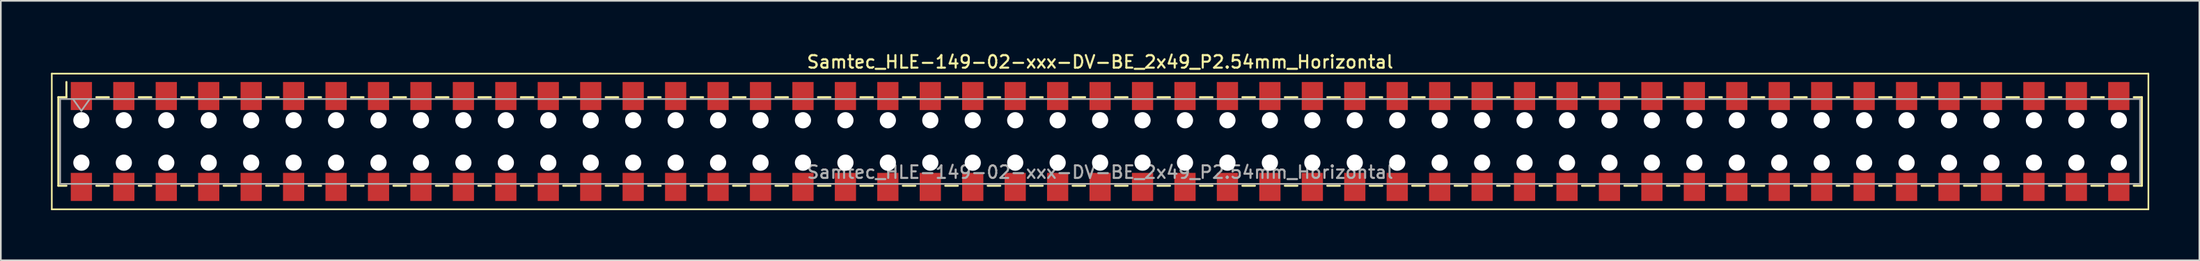
<source format=kicad_pcb>
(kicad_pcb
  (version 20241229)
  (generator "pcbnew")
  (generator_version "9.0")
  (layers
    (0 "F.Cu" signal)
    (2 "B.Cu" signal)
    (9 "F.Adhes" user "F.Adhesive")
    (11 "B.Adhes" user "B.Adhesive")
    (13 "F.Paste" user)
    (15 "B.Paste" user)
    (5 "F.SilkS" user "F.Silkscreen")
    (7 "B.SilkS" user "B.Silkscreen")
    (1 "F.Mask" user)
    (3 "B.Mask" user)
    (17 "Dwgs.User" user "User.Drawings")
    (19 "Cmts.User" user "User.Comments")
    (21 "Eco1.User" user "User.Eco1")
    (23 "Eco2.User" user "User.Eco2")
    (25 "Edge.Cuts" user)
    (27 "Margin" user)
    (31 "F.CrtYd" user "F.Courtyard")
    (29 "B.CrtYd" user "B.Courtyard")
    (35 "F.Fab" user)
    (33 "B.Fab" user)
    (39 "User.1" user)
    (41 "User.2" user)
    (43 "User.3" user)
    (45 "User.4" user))
  (footprint "Samtec_HLE-149-02-xxx-DV-BE_2x49_P2.54mm_Horizontal"
    (layer "F.Cu")
    (at 62.78 5.418)
    (property "Reference" "Samtec_HLE-149-02-xxx-DV-BE_2x49_P2.54mm_Horizontal" (at 0 -4.76 0) (layer "F.SilkS") (effects (font (size 0.75 0.75) (thickness 0.125))))
    (attr smd)
    (fp_line (start -62.73 -4.06) (end 62.73 -4.06) (stroke (width 0.1) (type solid)) (layer "F.SilkS"))
    (fp_line (start -62.73 4.06) (end -62.73 -4.06) (stroke (width 0.1) (type solid)) (layer "F.SilkS"))
    (fp_line (start -62.34 -2.65) (end -62.34 2.65) (stroke (width 0.12) (type solid)) (layer "F.SilkS"))
    (fp_line (start -62.34 2.65) (end -61.855 2.65) (stroke (width 0.12) (type solid)) (layer "F.SilkS"))
    (fp_line (start -61.855 -3.56) (end -61.855 -2.65) (stroke (width 0.12) (type solid)) (layer "F.SilkS"))
    (fp_line (start -61.855 -2.65) (end -62.34 -2.65) (stroke (width 0.12) (type solid)) (layer "F.SilkS"))
    (fp_line (start -60.065 -2.65) (end -59.315 -2.65) (stroke (width 0.12) (type solid)) (layer "F.SilkS"))
    (fp_line (start -60.065 2.65) (end -59.315 2.65) (stroke (width 0.12) (type solid)) (layer "F.SilkS"))
    (fp_line (start -57.525 -2.65) (end -56.775 -2.65) (stroke (width 0.12) (type solid)) (layer "F.SilkS"))
    (fp_line (start -57.525 2.65) (end -56.775 2.65) (stroke (width 0.12) (type solid)) (layer "F.SilkS"))
    (fp_line (start -54.985 -2.65) (end -54.235 -2.65) (stroke (width 0.12) (type solid)) (layer "F.SilkS"))
    (fp_line (start -54.985 2.65) (end -54.235 2.65) (stroke (width 0.12) (type solid)) (layer "F.SilkS"))
    (fp_line (start -52.445 -2.65) (end -51.695 -2.65) (stroke (width 0.12) (type solid)) (layer "F.SilkS"))
    (fp_line (start -52.445 2.65) (end -51.695 2.65) (stroke (width 0.12) (type solid)) (layer "F.SilkS"))
    (fp_line (start -49.905 -2.65) (end -49.155 -2.65) (stroke (width 0.12) (type solid)) (layer "F.SilkS"))
    (fp_line (start -49.905 2.65) (end -49.155 2.65) (stroke (width 0.12) (type solid)) (layer "F.SilkS"))
    (fp_line (start -47.365 -2.65) (end -46.615 -2.65) (stroke (width 0.12) (type solid)) (layer "F.SilkS"))
    (fp_line (start -47.365 2.65) (end -46.615 2.65) (stroke (width 0.12) (type solid)) (layer "F.SilkS"))
    (fp_line (start -44.825 -2.65) (end -44.075 -2.65) (stroke (width 0.12) (type solid)) (layer "F.SilkS"))
    (fp_line (start -44.825 2.65) (end -44.075 2.65) (stroke (width 0.12) (type solid)) (layer "F.SilkS"))
    (fp_line (start -42.285 -2.65) (end -41.535 -2.65) (stroke (width 0.12) (type solid)) (layer "F.SilkS"))
    (fp_line (start -42.285 2.65) (end -41.535 2.65) (stroke (width 0.12) (type solid)) (layer "F.SilkS"))
    (fp_line (start -39.745 -2.65) (end -38.995 -2.65) (stroke (width 0.12) (type solid)) (layer "F.SilkS"))
    (fp_line (start -39.745 2.65) (end -38.995 2.65) (stroke (width 0.12) (type solid)) (layer "F.SilkS"))
    (fp_line (start -37.205 -2.65) (end -36.455 -2.65) (stroke (width 0.12) (type solid)) (layer "F.SilkS"))
    (fp_line (start -37.205 2.65) (end -36.455 2.65) (stroke (width 0.12) (type solid)) (layer "F.SilkS"))
    (fp_line (start -34.665 -2.65) (end -33.915 -2.65) (stroke (width 0.12) (type solid)) (layer "F.SilkS"))
    (fp_line (start -34.665 2.65) (end -33.915 2.65) (stroke (width 0.12) (type solid)) (layer "F.SilkS"))
    (fp_line (start -32.125 -2.65) (end -31.375 -2.65) (stroke (width 0.12) (type solid)) (layer "F.SilkS"))
    (fp_line (start -32.125 2.65) (end -31.375 2.65) (stroke (width 0.12) (type solid)) (layer "F.SilkS"))
    (fp_line (start -29.585 -2.65) (end -28.835 -2.65) (stroke (width 0.12) (type solid)) (layer "F.SilkS"))
    (fp_line (start -29.585 2.65) (end -28.835 2.65) (stroke (width 0.12) (type solid)) (layer "F.SilkS"))
    (fp_line (start -27.045 -2.65) (end -26.295 -2.65) (stroke (width 0.12) (type solid)) (layer "F.SilkS"))
    (fp_line (start -27.045 2.65) (end -26.295 2.65) (stroke (width 0.12) (type solid)) (layer "F.SilkS"))
    (fp_line (start -24.505 -2.65) (end -23.755 -2.65) (stroke (width 0.12) (type solid)) (layer "F.SilkS"))
    (fp_line (start -24.505 2.65) (end -23.755 2.65) (stroke (width 0.12) (type solid)) (layer "F.SilkS"))
    (fp_line (start -21.965 -2.65) (end -21.215 -2.65) (stroke (width 0.12) (type solid)) (layer "F.SilkS"))
    (fp_line (start -21.965 2.65) (end -21.215 2.65) (stroke (width 0.12) (type solid)) (layer "F.SilkS"))
    (fp_line (start -19.425 -2.65) (end -18.675 -2.65) (stroke (width 0.12) (type solid)) (layer "F.SilkS"))
    (fp_line (start -19.425 2.65) (end -18.675 2.65) (stroke (width 0.12) (type solid)) (layer "F.SilkS"))
    (fp_line (start -16.885 -2.65) (end -16.135 -2.65) (stroke (width 0.12) (type solid)) (layer "F.SilkS"))
    (fp_line (start -16.885 2.65) (end -16.135 2.65) (stroke (width 0.12) (type solid)) (layer "F.SilkS"))
    (fp_line (start -14.345 -2.65) (end -13.595 -2.65) (stroke (width 0.12) (type solid)) (layer "F.SilkS"))
    (fp_line (start -14.345 2.65) (end -13.595 2.65) (stroke (width 0.12) (type solid)) (layer "F.SilkS"))
    (fp_line (start -11.805 -2.65) (end -11.055 -2.65) (stroke (width 0.12) (type solid)) (layer "F.SilkS"))
    (fp_line (start -11.805 2.65) (end -11.055 2.65) (stroke (width 0.12) (type solid)) (layer "F.SilkS"))
    (fp_line (start -9.265 -2.65) (end -8.515 -2.65) (stroke (width 0.12) (type solid)) (layer "F.SilkS"))
    (fp_line (start -9.265 2.65) (end -8.515 2.65) (stroke (width 0.12) (type solid)) (layer "F.SilkS"))
    (fp_line (start -6.725 -2.65) (end -5.975 -2.65) (stroke (width 0.12) (type solid)) (layer "F.SilkS"))
    (fp_line (start -6.725 2.65) (end -5.975 2.65) (stroke (width 0.12) (type solid)) (layer "F.SilkS"))
    (fp_line (start -4.185 -2.65) (end -3.435 -2.65) (stroke (width 0.12) (type solid)) (layer "F.SilkS"))
    (fp_line (start -4.185 2.65) (end -3.435 2.65) (stroke (width 0.12) (type solid)) (layer "F.SilkS"))
    (fp_line (start -1.645 -2.65) (end -0.895 -2.65) (stroke (width 0.12) (type solid)) (layer "F.SilkS"))
    (fp_line (start -1.645 2.65) (end -0.895 2.65) (stroke (width 0.12) (type solid)) (layer "F.SilkS"))
    (fp_line (start 0.895 -2.65) (end 1.645 -2.65) (stroke (width 0.12) (type solid)) (layer "F.SilkS"))
    (fp_line (start 0.895 2.65) (end 1.645 2.65) (stroke (width 0.12) (type solid)) (layer "F.SilkS"))
    (fp_line (start 3.435 -2.65) (end 4.185 -2.65) (stroke (width 0.12) (type solid)) (layer "F.SilkS"))
    (fp_line (start 3.435 2.65) (end 4.185 2.65) (stroke (width 0.12) (type solid)) (layer "F.SilkS"))
    (fp_line (start 5.975 -2.65) (end 6.725 -2.65) (stroke (width 0.12) (type solid)) (layer "F.SilkS"))
    (fp_line (start 5.975 2.65) (end 6.725 2.65) (stroke (width 0.12) (type solid)) (layer "F.SilkS"))
    (fp_line (start 8.515 -2.65) (end 9.265 -2.65) (stroke (width 0.12) (type solid)) (layer "F.SilkS"))
    (fp_line (start 8.515 2.65) (end 9.265 2.65) (stroke (width 0.12) (type solid)) (layer "F.SilkS"))
    (fp_line (start 11.055 -2.65) (end 11.805 -2.65) (stroke (width 0.12) (type solid)) (layer "F.SilkS"))
    (fp_line (start 11.055 2.65) (end 11.805 2.65) (stroke (width 0.12) (type solid)) (layer "F.SilkS"))
    (fp_line (start 13.595 -2.65) (end 14.345 -2.65) (stroke (width 0.12) (type solid)) (layer "F.SilkS"))
    (fp_line (start 13.595 2.65) (end 14.345 2.65) (stroke (width 0.12) (type solid)) (layer "F.SilkS"))
    (fp_line (start 16.135 -2.65) (end 16.885 -2.65) (stroke (width 0.12) (type solid)) (layer "F.SilkS"))
    (fp_line (start 16.135 2.65) (end 16.885 2.65) (stroke (width 0.12) (type solid)) (layer "F.SilkS"))
    (fp_line (start 18.675 -2.65) (end 19.425 -2.65) (stroke (width 0.12) (type solid)) (layer "F.SilkS"))
    (fp_line (start 18.675 2.65) (end 19.425 2.65) (stroke (width 0.12) (type solid)) (layer "F.SilkS"))
    (fp_line (start 21.215 -2.65) (end 21.965 -2.65) (stroke (width 0.12) (type solid)) (layer "F.SilkS"))
    (fp_line (start 21.215 2.65) (end 21.965 2.65) (stroke (width 0.12) (type solid)) (layer "F.SilkS"))
    (fp_line (start 23.755 -2.65) (end 24.505 -2.65) (stroke (width 0.12) (type solid)) (layer "F.SilkS"))
    (fp_line (start 23.755 2.65) (end 24.505 2.65) (stroke (width 0.12) (type solid)) (layer "F.SilkS"))
    (fp_line (start 26.295 -2.65) (end 27.045 -2.65) (stroke (width 0.12) (type solid)) (layer "F.SilkS"))
    (fp_line (start 26.295 2.65) (end 27.045 2.65) (stroke (width 0.12) (type solid)) (layer "F.SilkS"))
    (fp_line (start 28.835 -2.65) (end 29.585 -2.65) (stroke (width 0.12) (type solid)) (layer "F.SilkS"))
    (fp_line (start 28.835 2.65) (end 29.585 2.65) (stroke (width 0.12) (type solid)) (layer "F.SilkS"))
    (fp_line (start 31.375 -2.65) (end 32.125 -2.65) (stroke (width 0.12) (type solid)) (layer "F.SilkS"))
    (fp_line (start 31.375 2.65) (end 32.125 2.65) (stroke (width 0.12) (type solid)) (layer "F.SilkS"))
    (fp_line (start 33.915 -2.65) (end 34.665 -2.65) (stroke (width 0.12) (type solid)) (layer "F.SilkS"))
    (fp_line (start 33.915 2.65) (end 34.665 2.65) (stroke (width 0.12) (type solid)) (layer "F.SilkS"))
    (fp_line (start 36.455 -2.65) (end 37.205 -2.65) (stroke (width 0.12) (type solid)) (layer "F.SilkS"))
    (fp_line (start 36.455 2.65) (end 37.205 2.65) (stroke (width 0.12) (type solid)) (layer "F.SilkS"))
    (fp_line (start 38.995 -2.65) (end 39.745 -2.65) (stroke (width 0.12) (type solid)) (layer "F.SilkS"))
    (fp_line (start 38.995 2.65) (end 39.745 2.65) (stroke (width 0.12) (type solid)) (layer "F.SilkS"))
    (fp_line (start 41.535 -2.65) (end 42.285 -2.65) (stroke (width 0.12) (type solid)) (layer "F.SilkS"))
    (fp_line (start 41.535 2.65) (end 42.285 2.65) (stroke (width 0.12) (type solid)) (layer "F.SilkS"))
    (fp_line (start 44.075 -2.65) (end 44.825 -2.65) (stroke (width 0.12) (type solid)) (layer "F.SilkS"))
    (fp_line (start 44.075 2.65) (end 44.825 2.65) (stroke (width 0.12) (type solid)) (layer "F.SilkS"))
    (fp_line (start 46.615 -2.65) (end 47.365 -2.65) (stroke (width 0.12) (type solid)) (layer "F.SilkS"))
    (fp_line (start 46.615 2.65) (end 47.365 2.65) (stroke (width 0.12) (type solid)) (layer "F.SilkS"))
    (fp_line (start 49.155 -2.65) (end 49.905 -2.65) (stroke (width 0.12) (type solid)) (layer "F.SilkS"))
    (fp_line (start 49.155 2.65) (end 49.905 2.65) (stroke (width 0.12) (type solid)) (layer "F.SilkS"))
    (fp_line (start 51.695 -2.65) (end 52.445 -2.65) (stroke (width 0.12) (type solid)) (layer "F.SilkS"))
    (fp_line (start 51.695 2.65) (end 52.445 2.65) (stroke (width 0.12) (type solid)) (layer "F.SilkS"))
    (fp_line (start 54.235 -2.65) (end 54.985 -2.65) (stroke (width 0.12) (type solid)) (layer "F.SilkS"))
    (fp_line (start 54.235 2.65) (end 54.985 2.65) (stroke (width 0.12) (type solid)) (layer "F.SilkS"))
    (fp_line (start 56.775 -2.65) (end 57.525 -2.65) (stroke (width 0.12) (type solid)) (layer "F.SilkS"))
    (fp_line (start 56.775 2.65) (end 57.525 2.65) (stroke (width 0.12) (type solid)) (layer "F.SilkS"))
    (fp_line (start 59.315 -2.65) (end 60.065 -2.65) (stroke (width 0.12) (type solid)) (layer "F.SilkS"))
    (fp_line (start 59.315 2.65) (end 60.065 2.65) (stroke (width 0.12) (type solid)) (layer "F.SilkS"))
    (fp_line (start 61.855 -2.65) (end 62.34 -2.65) (stroke (width 0.12) (type solid)) (layer "F.SilkS"))
    (fp_line (start 62.34 -2.65) (end 62.34 2.65) (stroke (width 0.12) (type solid)) (layer "F.SilkS"))
    (fp_line (start 62.34 2.65) (end 61.855 2.65) (stroke (width 0.12) (type solid)) (layer "F.SilkS"))
    (fp_line (start 62.73 -4.06) (end 62.73 4.06) (stroke (width 0.1) (type solid)) (layer "F.SilkS"))
    (fp_line (start 62.73 4.06) (end -62.73 4.06) (stroke (width 0.1) (type solid)) (layer "F.SilkS"))
    (fp_line (start -62.23 -2.54) (end 62.23 -2.54) (stroke (width 0.1) (type solid)) (layer "F.Fab"))
    (fp_line (start -62.23 2.54) (end -62.23 -2.54) (stroke (width 0.1) (type solid)) (layer "F.Fab"))
    (fp_line (start -61.46 -2.54) (end -60.96 -1.833) (stroke (width 0.1) (type solid)) (layer "F.Fab"))
    (fp_line (start -60.96 -1.833) (end -60.46 -2.54) (stroke (width 0.1) (type solid)) (layer "F.Fab"))
    (fp_line (start 62.23 -2.54) (end 62.23 2.54) (stroke (width 0.1) (type solid)) (layer "F.Fab"))
    (fp_line (start 62.23 2.54) (end -62.23 2.54) (stroke (width 0.1) (type solid)) (layer "F.Fab"))
    (fp_text user "${REFERENCE}" (at 0 1.84 0) (layer "F.Fab") (effects (font (size 0.75 0.75) (thickness 0.125))))
    (pad "" np_thru_hole circle (at -60.96 -1.27) (size 0.97 0.97) (drill 0.97) (layers "*.Cu" "*.Mask"))
    (pad "" np_thru_hole circle (at -60.96 1.27) (size 0.97 0.97) (drill 0.97) (layers "*.Cu" "*.Mask"))
    (pad "" np_thru_hole circle (at -58.42 -1.27) (size 0.97 0.97) (drill 0.97) (layers "*.Cu" "*.Mask"))
    (pad "" np_thru_hole circle (at -58.42 1.27) (size 0.97 0.97) (drill 0.97) (layers "*.Cu" "*.Mask"))
    (pad "" np_thru_hole circle (at -55.88 -1.27) (size 0.97 0.97) (drill 0.97) (layers "*.Cu" "*.Mask"))
    (pad "" np_thru_hole circle (at -55.88 1.27) (size 0.97 0.97) (drill 0.97) (layers "*.Cu" "*.Mask"))
    (pad "" np_thru_hole circle (at -53.34 -1.27) (size 0.97 0.97) (drill 0.97) (layers "*.Cu" "*.Mask"))
    (pad "" np_thru_hole circle (at -53.34 1.27) (size 0.97 0.97) (drill 0.97) (layers "*.Cu" "*.Mask"))
    (pad "" np_thru_hole circle (at -50.8 -1.27) (size 0.97 0.97) (drill 0.97) (layers "*.Cu" "*.Mask"))
    (pad "" np_thru_hole circle (at -50.8 1.27) (size 0.97 0.97) (drill 0.97) (layers "*.Cu" "*.Mask"))
    (pad "" np_thru_hole circle (at -48.26 -1.27) (size 0.97 0.97) (drill 0.97) (layers "*.Cu" "*.Mask"))
    (pad "" np_thru_hole circle (at -48.26 1.27) (size 0.97 0.97) (drill 0.97) (layers "*.Cu" "*.Mask"))
    (pad "" np_thru_hole circle (at -45.72 -1.27) (size 0.97 0.97) (drill 0.97) (layers "*.Cu" "*.Mask"))
    (pad "" np_thru_hole circle (at -45.72 1.27) (size 0.97 0.97) (drill 0.97) (layers "*.Cu" "*.Mask"))
    (pad "" np_thru_hole circle (at -43.18 -1.27) (size 0.97 0.97) (drill 0.97) (layers "*.Cu" "*.Mask"))
    (pad "" np_thru_hole circle (at -43.18 1.27) (size 0.97 0.97) (drill 0.97) (layers "*.Cu" "*.Mask"))
    (pad "" np_thru_hole circle (at -40.64 -1.27) (size 0.97 0.97) (drill 0.97) (layers "*.Cu" "*.Mask"))
    (pad "" np_thru_hole circle (at -40.64 1.27) (size 0.97 0.97) (drill 0.97) (layers "*.Cu" "*.Mask"))
    (pad "" np_thru_hole circle (at -38.1 -1.27) (size 0.97 0.97) (drill 0.97) (layers "*.Cu" "*.Mask"))
    (pad "" np_thru_hole circle (at -38.1 1.27) (size 0.97 0.97) (drill 0.97) (layers "*.Cu" "*.Mask"))
    (pad "" np_thru_hole circle (at -35.56 -1.27) (size 0.97 0.97) (drill 0.97) (layers "*.Cu" "*.Mask"))
    (pad "" np_thru_hole circle (at -35.56 1.27) (size 0.97 0.97) (drill 0.97) (layers "*.Cu" "*.Mask"))
    (pad "" np_thru_hole circle (at -33.02 -1.27) (size 0.97 0.97) (drill 0.97) (layers "*.Cu" "*.Mask"))
    (pad "" np_thru_hole circle (at -33.02 1.27) (size 0.97 0.97) (drill 0.97) (layers "*.Cu" "*.Mask"))
    (pad "" np_thru_hole circle (at -30.48 -1.27) (size 0.97 0.97) (drill 0.97) (layers "*.Cu" "*.Mask"))
    (pad "" np_thru_hole circle (at -30.48 1.27) (size 0.97 0.97) (drill 0.97) (layers "*.Cu" "*.Mask"))
    (pad "" np_thru_hole circle (at -27.94 -1.27) (size 0.97 0.97) (drill 0.97) (layers "*.Cu" "*.Mask"))
    (pad "" np_thru_hole circle (at -27.94 1.27) (size 0.97 0.97) (drill 0.97) (layers "*.Cu" "*.Mask"))
    (pad "" np_thru_hole circle (at -25.4 -1.27) (size 0.97 0.97) (drill 0.97) (layers "*.Cu" "*.Mask"))
    (pad "" np_thru_hole circle (at -25.4 1.27) (size 0.97 0.97) (drill 0.97) (layers "*.Cu" "*.Mask"))
    (pad "" np_thru_hole circle (at -22.86 -1.27) (size 0.97 0.97) (drill 0.97) (layers "*.Cu" "*.Mask"))
    (pad "" np_thru_hole circle (at -22.86 1.27) (size 0.97 0.97) (drill 0.97) (layers "*.Cu" "*.Mask"))
    (pad "" np_thru_hole circle (at -20.32 -1.27) (size 0.97 0.97) (drill 0.97) (layers "*.Cu" "*.Mask"))
    (pad "" np_thru_hole circle (at -20.32 1.27) (size 0.97 0.97) (drill 0.97) (layers "*.Cu" "*.Mask"))
    (pad "" np_thru_hole circle (at -17.78 -1.27) (size 0.97 0.97) (drill 0.97) (layers "*.Cu" "*.Mask"))
    (pad "" np_thru_hole circle (at -17.78 1.27) (size 0.97 0.97) (drill 0.97) (layers "*.Cu" "*.Mask"))
    (pad "" np_thru_hole circle (at -15.24 -1.27) (size 0.97 0.97) (drill 0.97) (layers "*.Cu" "*.Mask"))
    (pad "" np_thru_hole circle (at -15.24 1.27) (size 0.97 0.97) (drill 0.97) (layers "*.Cu" "*.Mask"))
    (pad "" np_thru_hole circle (at -12.7 -1.27) (size 0.97 0.97) (drill 0.97) (layers "*.Cu" "*.Mask"))
    (pad "" np_thru_hole circle (at -12.7 1.27) (size 0.97 0.97) (drill 0.97) (layers "*.Cu" "*.Mask"))
    (pad "" np_thru_hole circle (at -10.16 -1.27) (size 0.97 0.97) (drill 0.97) (layers "*.Cu" "*.Mask"))
    (pad "" np_thru_hole circle (at -10.16 1.27) (size 0.97 0.97) (drill 0.97) (layers "*.Cu" "*.Mask"))
    (pad "" np_thru_hole circle (at -7.62 -1.27) (size 0.97 0.97) (drill 0.97) (layers "*.Cu" "*.Mask"))
    (pad "" np_thru_hole circle (at -7.62 1.27) (size 0.97 0.97) (drill 0.97) (layers "*.Cu" "*.Mask"))
    (pad "" np_thru_hole circle (at -5.08 -1.27) (size 0.97 0.97) (drill 0.97) (layers "*.Cu" "*.Mask"))
    (pad "" np_thru_hole circle (at -5.08 1.27) (size 0.97 0.97) (drill 0.97) (layers "*.Cu" "*.Mask"))
    (pad "" np_thru_hole circle (at -2.54 -1.27) (size 0.97 0.97) (drill 0.97) (layers "*.Cu" "*.Mask"))
    (pad "" np_thru_hole circle (at -2.54 1.27) (size 0.97 0.97) (drill 0.97) (layers "*.Cu" "*.Mask"))
    (pad "" np_thru_hole circle (at 0 -1.27) (size 0.97 0.97) (drill 0.97) (layers "*.Cu" "*.Mask"))
    (pad "" np_thru_hole circle (at 0 1.27) (size 0.97 0.97) (drill 0.97) (layers "*.Cu" "*.Mask"))
    (pad "" np_thru_hole circle (at 2.54 -1.27) (size 0.97 0.97) (drill 0.97) (layers "*.Cu" "*.Mask"))
    (pad "" np_thru_hole circle (at 2.54 1.27) (size 0.97 0.97) (drill 0.97) (layers "*.Cu" "*.Mask"))
    (pad "" np_thru_hole circle (at 5.08 -1.27) (size 0.97 0.97) (drill 0.97) (layers "*.Cu" "*.Mask"))
    (pad "" np_thru_hole circle (at 5.08 1.27) (size 0.97 0.97) (drill 0.97) (layers "*.Cu" "*.Mask"))
    (pad "" np_thru_hole circle (at 7.62 -1.27) (size 0.97 0.97) (drill 0.97) (layers "*.Cu" "*.Mask"))
    (pad "" np_thru_hole circle (at 7.62 1.27) (size 0.97 0.97) (drill 0.97) (layers "*.Cu" "*.Mask"))
    (pad "" np_thru_hole circle (at 10.16 -1.27) (size 0.97 0.97) (drill 0.97) (layers "*.Cu" "*.Mask"))
    (pad "" np_thru_hole circle (at 10.16 1.27) (size 0.97 0.97) (drill 0.97) (layers "*.Cu" "*.Mask"))
    (pad "" np_thru_hole circle (at 12.7 -1.27) (size 0.97 0.97) (drill 0.97) (layers "*.Cu" "*.Mask"))
    (pad "" np_thru_hole circle (at 12.7 1.27) (size 0.97 0.97) (drill 0.97) (layers "*.Cu" "*.Mask"))
    (pad "" np_thru_hole circle (at 15.24 -1.27) (size 0.97 0.97) (drill 0.97) (layers "*.Cu" "*.Mask"))
    (pad "" np_thru_hole circle (at 15.24 1.27) (size 0.97 0.97) (drill 0.97) (layers "*.Cu" "*.Mask"))
    (pad "" np_thru_hole circle (at 17.78 -1.27) (size 0.97 0.97) (drill 0.97) (layers "*.Cu" "*.Mask"))
    (pad "" np_thru_hole circle (at 17.78 1.27) (size 0.97 0.97) (drill 0.97) (layers "*.Cu" "*.Mask"))
    (pad "" np_thru_hole circle (at 20.32 -1.27) (size 0.97 0.97) (drill 0.97) (layers "*.Cu" "*.Mask"))
    (pad "" np_thru_hole circle (at 20.32 1.27) (size 0.97 0.97) (drill 0.97) (layers "*.Cu" "*.Mask"))
    (pad "" np_thru_hole circle (at 22.86 -1.27) (size 0.97 0.97) (drill 0.97) (layers "*.Cu" "*.Mask"))
    (pad "" np_thru_hole circle (at 22.86 1.27) (size 0.97 0.97) (drill 0.97) (layers "*.Cu" "*.Mask"))
    (pad "" np_thru_hole circle (at 25.4 -1.27) (size 0.97 0.97) (drill 0.97) (layers "*.Cu" "*.Mask"))
    (pad "" np_thru_hole circle (at 25.4 1.27) (size 0.97 0.97) (drill 0.97) (layers "*.Cu" "*.Mask"))
    (pad "" np_thru_hole circle (at 27.94 -1.27) (size 0.97 0.97) (drill 0.97) (layers "*.Cu" "*.Mask"))
    (pad "" np_thru_hole circle (at 27.94 1.27) (size 0.97 0.97) (drill 0.97) (layers "*.Cu" "*.Mask"))
    (pad "" np_thru_hole circle (at 30.48 -1.27) (size 0.97 0.97) (drill 0.97) (layers "*.Cu" "*.Mask"))
    (pad "" np_thru_hole circle (at 30.48 1.27) (size 0.97 0.97) (drill 0.97) (layers "*.Cu" "*.Mask"))
    (pad "" np_thru_hole circle (at 33.02 -1.27) (size 0.97 0.97) (drill 0.97) (layers "*.Cu" "*.Mask"))
    (pad "" np_thru_hole circle (at 33.02 1.27) (size 0.97 0.97) (drill 0.97) (layers "*.Cu" "*.Mask"))
    (pad "" np_thru_hole circle (at 35.56 -1.27) (size 0.97 0.97) (drill 0.97) (layers "*.Cu" "*.Mask"))
    (pad "" np_thru_hole circle (at 35.56 1.27) (size 0.97 0.97) (drill 0.97) (layers "*.Cu" "*.Mask"))
    (pad "" np_thru_hole circle (at 38.1 -1.27) (size 0.97 0.97) (drill 0.97) (layers "*.Cu" "*.Mask"))
    (pad "" np_thru_hole circle (at 38.1 1.27) (size 0.97 0.97) (drill 0.97) (layers "*.Cu" "*.Mask"))
    (pad "" np_thru_hole circle (at 40.64 -1.27) (size 0.97 0.97) (drill 0.97) (layers "*.Cu" "*.Mask"))
    (pad "" np_thru_hole circle (at 40.64 1.27) (size 0.97 0.97) (drill 0.97) (layers "*.Cu" "*.Mask"))
    (pad "" np_thru_hole circle (at 43.18 -1.27) (size 0.97 0.97) (drill 0.97) (layers "*.Cu" "*.Mask"))
    (pad "" np_thru_hole circle (at 43.18 1.27) (size 0.97 0.97) (drill 0.97) (layers "*.Cu" "*.Mask"))
    (pad "" np_thru_hole circle (at 45.72 -1.27) (size 0.97 0.97) (drill 0.97) (layers "*.Cu" "*.Mask"))
    (pad "" np_thru_hole circle (at 45.72 1.27) (size 0.97 0.97) (drill 0.97) (layers "*.Cu" "*.Mask"))
    (pad "" np_thru_hole circle (at 48.26 -1.27) (size 0.97 0.97) (drill 0.97) (layers "*.Cu" "*.Mask"))
    (pad "" np_thru_hole circle (at 48.26 1.27) (size 0.97 0.97) (drill 0.97) (layers "*.Cu" "*.Mask"))
    (pad "" np_thru_hole circle (at 50.8 -1.27) (size 0.97 0.97) (drill 0.97) (layers "*.Cu" "*.Mask"))
    (pad "" np_thru_hole circle (at 50.8 1.27) (size 0.97 0.97) (drill 0.97) (layers "*.Cu" "*.Mask"))
    (pad "" np_thru_hole circle (at 53.34 -1.27) (size 0.97 0.97) (drill 0.97) (layers "*.Cu" "*.Mask"))
    (pad "" np_thru_hole circle (at 53.34 1.27) (size 0.97 0.97) (drill 0.97) (layers "*.Cu" "*.Mask"))
    (pad "" np_thru_hole circle (at 55.88 -1.27) (size 0.97 0.97) (drill 0.97) (layers "*.Cu" "*.Mask"))
    (pad "" np_thru_hole circle (at 55.88 1.27) (size 0.97 0.97) (drill 0.97) (layers "*.Cu" "*.Mask"))
    (pad "" np_thru_hole circle (at 58.42 -1.27) (size 0.97 0.97) (drill 0.97) (layers "*.Cu" "*.Mask"))
    (pad "" np_thru_hole circle (at 58.42 1.27) (size 0.97 0.97) (drill 0.97) (layers "*.Cu" "*.Mask"))
    (pad "" np_thru_hole circle (at 60.96 -1.27) (size 0.97 0.97) (drill 0.97) (layers "*.Cu" "*.Mask"))
    (pad "" np_thru_hole circle (at 60.96 1.27) (size 0.97 0.97) (drill 0.97) (layers "*.Cu" "*.Mask"))
    (pad "1" smd rect (at -60.96 -2.72) (size 1.27 1.68) (layers "F.Cu" "F.Mask" "F.Paste"))
    (pad "2" smd rect (at -60.96 2.72) (size 1.27 1.68) (layers "F.Cu" "F.Mask" "F.Paste"))
    (pad "3" smd rect (at -58.42 -2.72) (size 1.27 1.68) (layers "F.Cu" "F.Mask" "F.Paste"))
    (pad "4" smd rect (at -58.42 2.72) (size 1.27 1.68) (layers "F.Cu" "F.Mask" "F.Paste"))
    (pad "5" smd rect (at -55.88 -2.72) (size 1.27 1.68) (layers "F.Cu" "F.Mask" "F.Paste"))
    (pad "6" smd rect (at -55.88 2.72) (size 1.27 1.68) (layers "F.Cu" "F.Mask" "F.Paste"))
    (pad "7" smd rect (at -53.34 -2.72) (size 1.27 1.68) (layers "F.Cu" "F.Mask" "F.Paste"))
    (pad "8" smd rect (at -53.34 2.72) (size 1.27 1.68) (layers "F.Cu" "F.Mask" "F.Paste"))
    (pad "9" smd rect (at -50.8 -2.72) (size 1.27 1.68) (layers "F.Cu" "F.Mask" "F.Paste"))
    (pad "10" smd rect (at -50.8 2.72) (size 1.27 1.68) (layers "F.Cu" "F.Mask" "F.Paste"))
    (pad "11" smd rect (at -48.26 -2.72) (size 1.27 1.68) (layers "F.Cu" "F.Mask" "F.Paste"))
    (pad "12" smd rect (at -48.26 2.72) (size 1.27 1.68) (layers "F.Cu" "F.Mask" "F.Paste"))
    (pad "13" smd rect (at -45.72 -2.72) (size 1.27 1.68) (layers "F.Cu" "F.Mask" "F.Paste"))
    (pad "14" smd rect (at -45.72 2.72) (size 1.27 1.68) (layers "F.Cu" "F.Mask" "F.Paste"))
    (pad "15" smd rect (at -43.18 -2.72) (size 1.27 1.68) (layers "F.Cu" "F.Mask" "F.Paste"))
    (pad "16" smd rect (at -43.18 2.72) (size 1.27 1.68) (layers "F.Cu" "F.Mask" "F.Paste"))
    (pad "17" smd rect (at -40.64 -2.72) (size 1.27 1.68) (layers "F.Cu" "F.Mask" "F.Paste"))
    (pad "18" smd rect (at -40.64 2.72) (size 1.27 1.68) (layers "F.Cu" "F.Mask" "F.Paste"))
    (pad "19" smd rect (at -38.1 -2.72) (size 1.27 1.68) (layers "F.Cu" "F.Mask" "F.Paste"))
    (pad "20" smd rect (at -38.1 2.72) (size 1.27 1.68) (layers "F.Cu" "F.Mask" "F.Paste"))
    (pad "21" smd rect (at -35.56 -2.72) (size 1.27 1.68) (layers "F.Cu" "F.Mask" "F.Paste"))
    (pad "22" smd rect (at -35.56 2.72) (size 1.27 1.68) (layers "F.Cu" "F.Mask" "F.Paste"))
    (pad "23" smd rect (at -33.02 -2.72) (size 1.27 1.68) (layers "F.Cu" "F.Mask" "F.Paste"))
    (pad "24" smd rect (at -33.02 2.72) (size 1.27 1.68) (layers "F.Cu" "F.Mask" "F.Paste"))
    (pad "25" smd rect (at -30.48 -2.72) (size 1.27 1.68) (layers "F.Cu" "F.Mask" "F.Paste"))
    (pad "26" smd rect (at -30.48 2.72) (size 1.27 1.68) (layers "F.Cu" "F.Mask" "F.Paste"))
    (pad "27" smd rect (at -27.94 -2.72) (size 1.27 1.68) (layers "F.Cu" "F.Mask" "F.Paste"))
    (pad "28" smd rect (at -27.94 2.72) (size 1.27 1.68) (layers "F.Cu" "F.Mask" "F.Paste"))
    (pad "29" smd rect (at -25.4 -2.72) (size 1.27 1.68) (layers "F.Cu" "F.Mask" "F.Paste"))
    (pad "30" smd rect (at -25.4 2.72) (size 1.27 1.68) (layers "F.Cu" "F.Mask" "F.Paste"))
    (pad "31" smd rect (at -22.86 -2.72) (size 1.27 1.68) (layers "F.Cu" "F.Mask" "F.Paste"))
    (pad "32" smd rect (at -22.86 2.72) (size 1.27 1.68) (layers "F.Cu" "F.Mask" "F.Paste"))
    (pad "33" smd rect (at -20.32 -2.72) (size 1.27 1.68) (layers "F.Cu" "F.Mask" "F.Paste"))
    (pad "34" smd rect (at -20.32 2.72) (size 1.27 1.68) (layers "F.Cu" "F.Mask" "F.Paste"))
    (pad "35" smd rect (at -17.78 -2.72) (size 1.27 1.68) (layers "F.Cu" "F.Mask" "F.Paste"))
    (pad "36" smd rect (at -17.78 2.72) (size 1.27 1.68) (layers "F.Cu" "F.Mask" "F.Paste"))
    (pad "37" smd rect (at -15.24 -2.72) (size 1.27 1.68) (layers "F.Cu" "F.Mask" "F.Paste"))
    (pad "38" smd rect (at -15.24 2.72) (size 1.27 1.68) (layers "F.Cu" "F.Mask" "F.Paste"))
    (pad "39" smd rect (at -12.7 -2.72) (size 1.27 1.68) (layers "F.Cu" "F.Mask" "F.Paste"))
    (pad "40" smd rect (at -12.7 2.72) (size 1.27 1.68) (layers "F.Cu" "F.Mask" "F.Paste"))
    (pad "41" smd rect (at -10.16 -2.72) (size 1.27 1.68) (layers "F.Cu" "F.Mask" "F.Paste"))
    (pad "42" smd rect (at -10.16 2.72) (size 1.27 1.68) (layers "F.Cu" "F.Mask" "F.Paste"))
    (pad "43" smd rect (at -7.62 -2.72) (size 1.27 1.68) (layers "F.Cu" "F.Mask" "F.Paste"))
    (pad "44" smd rect (at -7.62 2.72) (size 1.27 1.68) (layers "F.Cu" "F.Mask" "F.Paste"))
    (pad "45" smd rect (at -5.08 -2.72) (size 1.27 1.68) (layers "F.Cu" "F.Mask" "F.Paste"))
    (pad "46" smd rect (at -5.08 2.72) (size 1.27 1.68) (layers "F.Cu" "F.Mask" "F.Paste"))
    (pad "47" smd rect (at -2.54 -2.72) (size 1.27 1.68) (layers "F.Cu" "F.Mask" "F.Paste"))
    (pad "48" smd rect (at -2.54 2.72) (size 1.27 1.68) (layers "F.Cu" "F.Mask" "F.Paste"))
    (pad "49" smd rect (at 0 -2.72) (size 1.27 1.68) (layers "F.Cu" "F.Mask" "F.Paste"))
    (pad "50" smd rect (at 0 2.72) (size 1.27 1.68) (layers "F.Cu" "F.Mask" "F.Paste"))
    (pad "51" smd rect (at 2.54 -2.72) (size 1.27 1.68) (layers "F.Cu" "F.Mask" "F.Paste"))
    (pad "52" smd rect (at 2.54 2.72) (size 1.27 1.68) (layers "F.Cu" "F.Mask" "F.Paste"))
    (pad "53" smd rect (at 5.08 -2.72) (size 1.27 1.68) (layers "F.Cu" "F.Mask" "F.Paste"))
    (pad "54" smd rect (at 5.08 2.72) (size 1.27 1.68) (layers "F.Cu" "F.Mask" "F.Paste"))
    (pad "55" smd rect (at 7.62 -2.72) (size 1.27 1.68) (layers "F.Cu" "F.Mask" "F.Paste"))
    (pad "56" smd rect (at 7.62 2.72) (size 1.27 1.68) (layers "F.Cu" "F.Mask" "F.Paste"))
    (pad "57" smd rect (at 10.16 -2.72) (size 1.27 1.68) (layers "F.Cu" "F.Mask" "F.Paste"))
    (pad "58" smd rect (at 10.16 2.72) (size 1.27 1.68) (layers "F.Cu" "F.Mask" "F.Paste"))
    (pad "59" smd rect (at 12.7 -2.72) (size 1.27 1.68) (layers "F.Cu" "F.Mask" "F.Paste"))
    (pad "60" smd rect (at 12.7 2.72) (size 1.27 1.68) (layers "F.Cu" "F.Mask" "F.Paste"))
    (pad "61" smd rect (at 15.24 -2.72) (size 1.27 1.68) (layers "F.Cu" "F.Mask" "F.Paste"))
    (pad "62" smd rect (at 15.24 2.72) (size 1.27 1.68) (layers "F.Cu" "F.Mask" "F.Paste"))
    (pad "63" smd rect (at 17.78 -2.72) (size 1.27 1.68) (layers "F.Cu" "F.Mask" "F.Paste"))
    (pad "64" smd rect (at 17.78 2.72) (size 1.27 1.68) (layers "F.Cu" "F.Mask" "F.Paste"))
    (pad "65" smd rect (at 20.32 -2.72) (size 1.27 1.68) (layers "F.Cu" "F.Mask" "F.Paste"))
    (pad "66" smd rect (at 20.32 2.72) (size 1.27 1.68) (layers "F.Cu" "F.Mask" "F.Paste"))
    (pad "67" smd rect (at 22.86 -2.72) (size 1.27 1.68) (layers "F.Cu" "F.Mask" "F.Paste"))
    (pad "68" smd rect (at 22.86 2.72) (size 1.27 1.68) (layers "F.Cu" "F.Mask" "F.Paste"))
    (pad "69" smd rect (at 25.4 -2.72) (size 1.27 1.68) (layers "F.Cu" "F.Mask" "F.Paste"))
    (pad "70" smd rect (at 25.4 2.72) (size 1.27 1.68) (layers "F.Cu" "F.Mask" "F.Paste"))
    (pad "71" smd rect (at 27.94 -2.72) (size 1.27 1.68) (layers "F.Cu" "F.Mask" "F.Paste"))
    (pad "72" smd rect (at 27.94 2.72) (size 1.27 1.68) (layers "F.Cu" "F.Mask" "F.Paste"))
    (pad "73" smd rect (at 30.48 -2.72) (size 1.27 1.68) (layers "F.Cu" "F.Mask" "F.Paste"))
    (pad "74" smd rect (at 30.48 2.72) (size 1.27 1.68) (layers "F.Cu" "F.Mask" "F.Paste"))
    (pad "75" smd rect (at 33.02 -2.72) (size 1.27 1.68) (layers "F.Cu" "F.Mask" "F.Paste"))
    (pad "76" smd rect (at 33.02 2.72) (size 1.27 1.68) (layers "F.Cu" "F.Mask" "F.Paste"))
    (pad "77" smd rect (at 35.56 -2.72) (size 1.27 1.68) (layers "F.Cu" "F.Mask" "F.Paste"))
    (pad "78" smd rect (at 35.56 2.72) (size 1.27 1.68) (layers "F.Cu" "F.Mask" "F.Paste"))
    (pad "79" smd rect (at 38.1 -2.72) (size 1.27 1.68) (layers "F.Cu" "F.Mask" "F.Paste"))
    (pad "80" smd rect (at 38.1 2.72) (size 1.27 1.68) (layers "F.Cu" "F.Mask" "F.Paste"))
    (pad "81" smd rect (at 40.64 -2.72) (size 1.27 1.68) (layers "F.Cu" "F.Mask" "F.Paste"))
    (pad "82" smd rect (at 40.64 2.72) (size 1.27 1.68) (layers "F.Cu" "F.Mask" "F.Paste"))
    (pad "83" smd rect (at 43.18 -2.72) (size 1.27 1.68) (layers "F.Cu" "F.Mask" "F.Paste"))
    (pad "84" smd rect (at 43.18 2.72) (size 1.27 1.68) (layers "F.Cu" "F.Mask" "F.Paste"))
    (pad "85" smd rect (at 45.72 -2.72) (size 1.27 1.68) (layers "F.Cu" "F.Mask" "F.Paste"))
    (pad "86" smd rect (at 45.72 2.72) (size 1.27 1.68) (layers "F.Cu" "F.Mask" "F.Paste"))
    (pad "87" smd rect (at 48.26 -2.72) (size 1.27 1.68) (layers "F.Cu" "F.Mask" "F.Paste"))
    (pad "88" smd rect (at 48.26 2.72) (size 1.27 1.68) (layers "F.Cu" "F.Mask" "F.Paste"))
    (pad "89" smd rect (at 50.8 -2.72) (size 1.27 1.68) (layers "F.Cu" "F.Mask" "F.Paste"))
    (pad "90" smd rect (at 50.8 2.72) (size 1.27 1.68) (layers "F.Cu" "F.Mask" "F.Paste"))
    (pad "91" smd rect (at 53.34 -2.72) (size 1.27 1.68) (layers "F.Cu" "F.Mask" "F.Paste"))
    (pad "92" smd rect (at 53.34 2.72) (size 1.27 1.68) (layers "F.Cu" "F.Mask" "F.Paste"))
    (pad "93" smd rect (at 55.88 -2.72) (size 1.27 1.68) (layers "F.Cu" "F.Mask" "F.Paste"))
    (pad "94" smd rect (at 55.88 2.72) (size 1.27 1.68) (layers "F.Cu" "F.Mask" "F.Paste"))
    (pad "95" smd rect (at 58.42 -2.72) (size 1.27 1.68) (layers "F.Cu" "F.Mask" "F.Paste"))
    (pad "96" smd rect (at 58.42 2.72) (size 1.27 1.68) (layers "F.Cu" "F.Mask" "F.Paste"))
    (pad "97" smd rect (at 60.96 -2.72) (size 1.27 1.68) (layers "F.Cu" "F.Mask" "F.Paste"))
    (pad "98" smd rect (at 60.96 2.72) (size 1.27 1.68) (layers "F.Cu" "F.Mask" "F.Paste")))
  (gr_rect
    (start -3 -3)
    (end 128.56 12.528)
    (stroke (width 0.1) (type default))
    (fill no)
    (layer "Edge.Cuts")))
</source>
